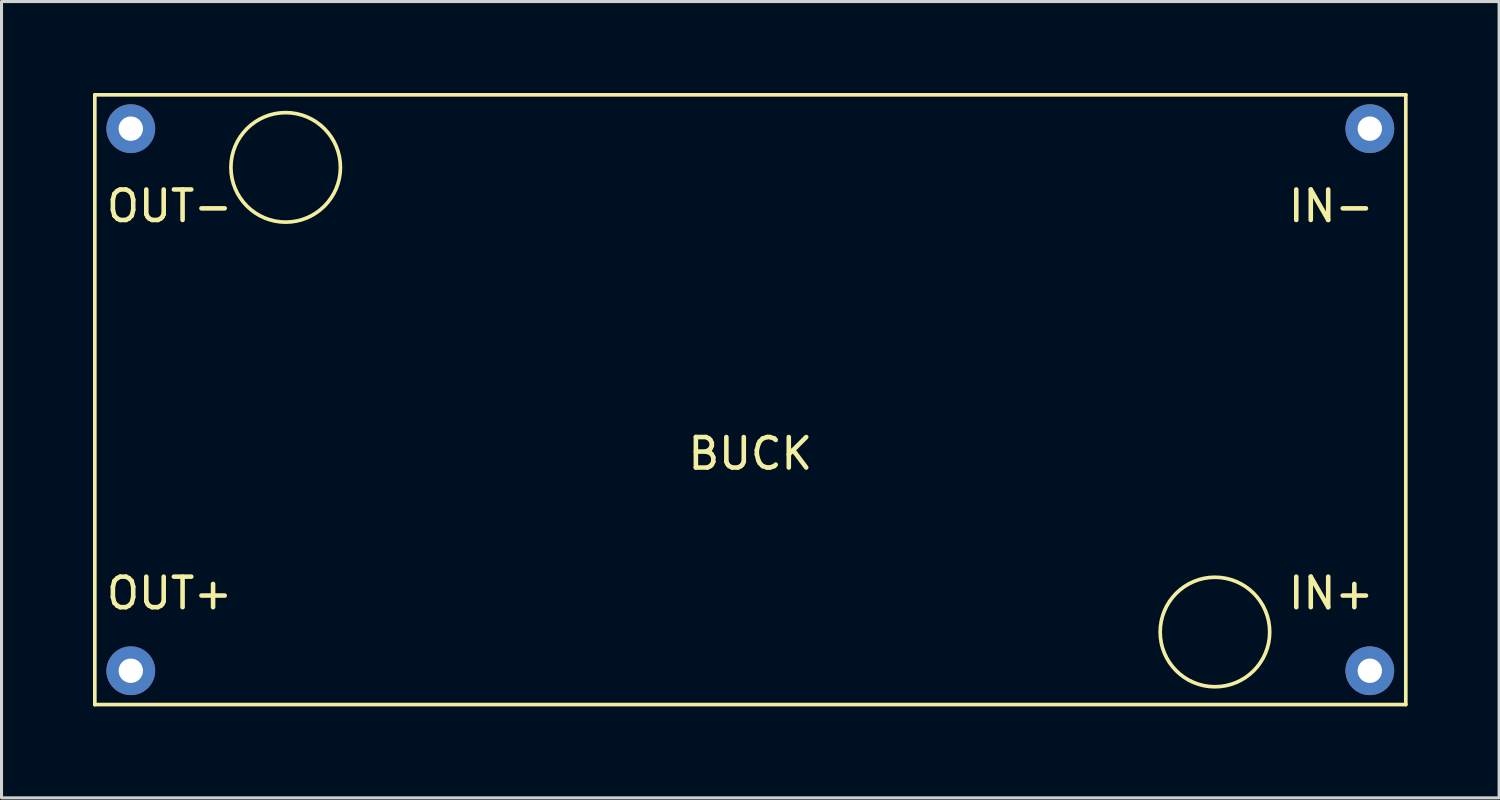
<source format=kicad_pcb>
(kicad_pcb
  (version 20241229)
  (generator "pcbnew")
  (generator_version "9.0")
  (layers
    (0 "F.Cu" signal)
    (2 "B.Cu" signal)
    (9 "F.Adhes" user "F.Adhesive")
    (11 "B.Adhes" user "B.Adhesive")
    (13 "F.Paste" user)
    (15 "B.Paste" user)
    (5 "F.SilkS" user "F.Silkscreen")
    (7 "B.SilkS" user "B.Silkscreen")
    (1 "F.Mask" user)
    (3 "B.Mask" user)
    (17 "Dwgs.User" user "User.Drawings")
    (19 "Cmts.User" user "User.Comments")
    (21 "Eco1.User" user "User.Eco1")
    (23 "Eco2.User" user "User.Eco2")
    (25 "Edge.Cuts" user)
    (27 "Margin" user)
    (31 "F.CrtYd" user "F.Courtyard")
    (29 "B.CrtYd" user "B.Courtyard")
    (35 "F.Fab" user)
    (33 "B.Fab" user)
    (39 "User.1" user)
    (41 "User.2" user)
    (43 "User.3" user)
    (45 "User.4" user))
  (footprint "BUCK"
    (layer "F.Cu")
    (at 21.56 10.06)
    (property "Reference" "BUCK" (at 0 1.77 0) (layer "F.SilkS") (effects (font (size 1 1) (thickness 0.15))))
    (attr through_hole)
    (fp_line (start -21.5 -10) (end -21.5 10) (stroke (width 0.12) (type solid)) (layer "F.SilkS"))
    (fp_line (start -21.5 10) (end 21.5 10) (stroke (width 0.12) (type solid)) (layer "F.SilkS"))
    (fp_line (start 21.5 -10) (end -21.5 -10) (stroke (width 0.12) (type solid)) (layer "F.SilkS"))
    (fp_line (start 21.5 10) (end 21.5 -10) (stroke (width 0.12) (type solid)) (layer "F.SilkS"))
    (fp_circle (center -15.24 -7.62) (end -13.97 -6.35) (stroke (width 0.12) (type solid)) (fill no) (layer "F.SilkS"))
    (fp_circle (center 15.24 7.62) (end 16.51 8.89) (stroke (width 0.12) (type solid)) (fill no) (layer "F.SilkS"))
    (fp_text user "OUT-" (at -19.05 -6.35 0) (layer "F.SilkS") (effects (font (size 1 1) (thickness 0.15))))
    (fp_text user "IN-" (at 19.05 -6.35 0) (layer "F.SilkS") (effects (font (size 1 1) (thickness 0.15))))
    (fp_text user "IN+" (at 19.05 6.35 0) (layer "F.SilkS") (effects (font (size 1 1) (thickness 0.15))))
    (fp_text user "OUT+" (at -19.05 6.35 0) (layer "F.SilkS") (effects (font (size 1 1) (thickness 0.15))))
    (pad "1" thru_hole circle (at 20.32 8.89) (size 1.6 1.6) (drill 0.8) (layers "*.Cu" "*.Mask"))
    (pad "2" thru_hole circle (at 20.32 -8.89) (size 1.6 1.6) (drill 0.8) (layers "*.Cu" "*.Mask"))
    (pad "3" thru_hole circle (at -20.32 8.89) (size 1.6 1.6) (drill 0.8) (layers "*.Cu" "*.Mask"))
    (pad "4" thru_hole circle (at -20.32 -8.89) (size 1.6 1.6) (drill 0.8) (layers "*.Cu" "*.Mask")))
  (gr_rect
    (start -3 -3)
    (end 46.12 23.12)
    (stroke (width 0.1) (type default))
    (fill no)
    (layer "Edge.Cuts")))
</source>
